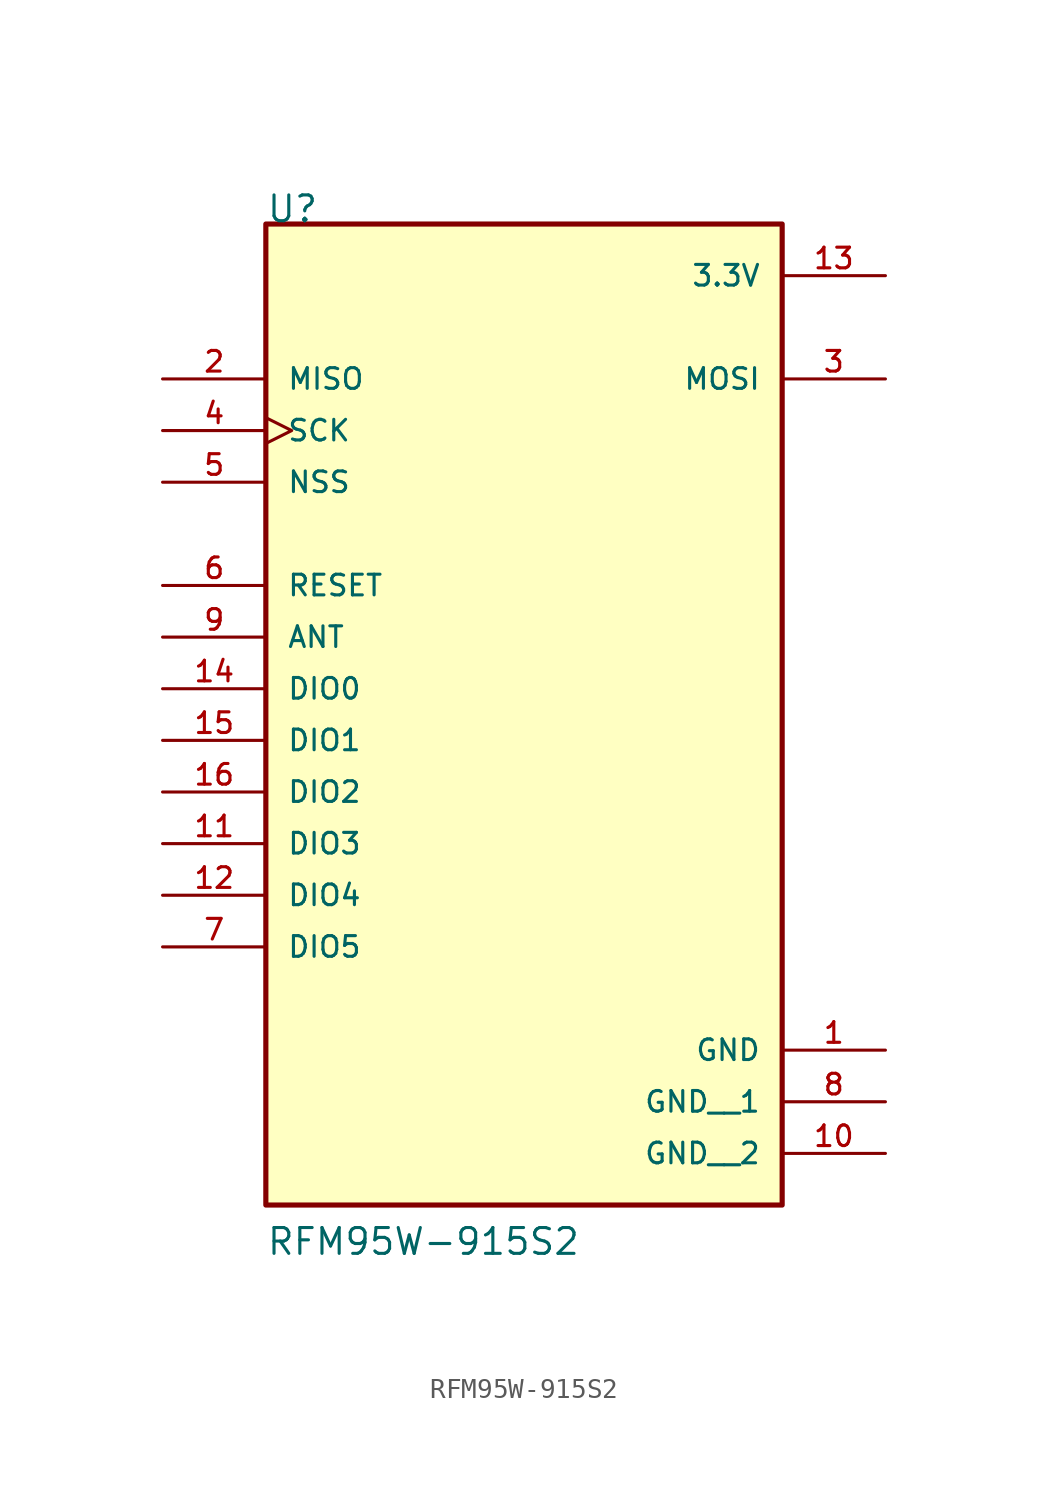
<source format=kicad_sym>
(kicad_symbol_lib
  (version 20211014)
  (generator kicad_symbol_editor)
  (symbol "RFM95W-915S2"
    (pin_names
      (offset 1.016))
    (property "Reference" "U"
      (at -12.7 22.86 0)
      (effects (font (size 1.27 1.27)) (justify bottom left)))
    (property "Value" "RFM95W-915S2"
      (at -12.7 -27.94 0)
      (effects (font (size 1.27 1.27)) (justify bottom left)))
    (symbol "RFM95W-915S2_0_0"
      (rectangle (start -12.7 -25.4) (end 12.7 22.86) (stroke (width 0.254)) (fill (type background)))
      (pin power_in line (at 17.78 -17.78 180.0) (length 5.08) (name "GND" (effects (font (size 1.016 1.016)))) (number "1" (effects (font (size 1.016 1.016)))))
      (pin input line (at -17.78 15.24 0) (length 5.08) (name "MISO" (effects (font (size 1.016 1.016)))) (number "2" (effects (font (size 1.016 1.016)))))
      (pin output line (at 17.78 15.24 180.0) (length 5.08) (name "MOSI" (effects (font (size 1.016 1.016)))) (number "3" (effects (font (size 1.016 1.016)))))
      (pin input clock (at -17.78 12.7 0) (length 5.08) (name "SCK" (effects (font (size 1.016 1.016)))) (number "4" (effects (font (size 1.016 1.016)))))
      (pin input line (at -17.78 10.16 0) (length 5.08) (name "NSS" (effects (font (size 1.016 1.016)))) (number "5" (effects (font (size 1.016 1.016)))))
      (pin bidirectional line (at -17.78 5.08 0) (length 5.08) (name "RESET" (effects (font (size 1.016 1.016)))) (number "6" (effects (font (size 1.016 1.016)))))
      (pin bidirectional line (at -17.78 -12.7 0) (length 5.08) (name "DIO5" (effects (font (size 1.016 1.016)))) (number "7" (effects (font (size 1.016 1.016)))))
      (pin bidirectional line (at -17.78 2.54 0) (length 5.08) (name "ANT" (effects (font (size 1.016 1.016)))) (number "9" (effects (font (size 1.016 1.016)))))
      (pin bidirectional line (at -17.78 -7.62 0) (length 5.08) (name "DIO3" (effects (font (size 1.016 1.016)))) (number "11" (effects (font (size 1.016 1.016)))))
      (pin bidirectional line (at -17.78 -10.16 0) (length 5.08) (name "DIO4" (effects (font (size 1.016 1.016)))) (number "12" (effects (font (size 1.016 1.016)))))
      (pin power_in line (at 17.78 20.32 180.0) (length 5.08) (name "3.3V" (effects (font (size 1.016 1.016)))) (number "13" (effects (font (size 1.016 1.016)))))
      (pin bidirectional line (at -17.78 0.0 0) (length 5.08) (name "DIO0" (effects (font (size 1.016 1.016)))) (number "14" (effects (font (size 1.016 1.016)))))
      (pin bidirectional line (at -17.78 -2.54 0) (length 5.08) (name "DIO1" (effects (font (size 1.016 1.016)))) (number "15" (effects (font (size 1.016 1.016)))))
      (pin bidirectional line (at -17.78 -5.08 0) (length 5.08) (name "DIO2" (effects (font (size 1.016 1.016)))) (number "16" (effects (font (size 1.016 1.016)))))
      (pin power_in line (at 17.78 -20.32 180.0) (length 5.08) (name "GND__1" (effects (font (size 1.016 1.016)))) (number "8" (effects (font (size 1.016 1.016)))))
      (pin power_in line (at 17.78 -22.86 180.0) (length 5.08) (name "GND__2" (effects (font (size 1.016 1.016)))) (number "10" (effects (font (size 1.016 1.016))))))))
</source>
